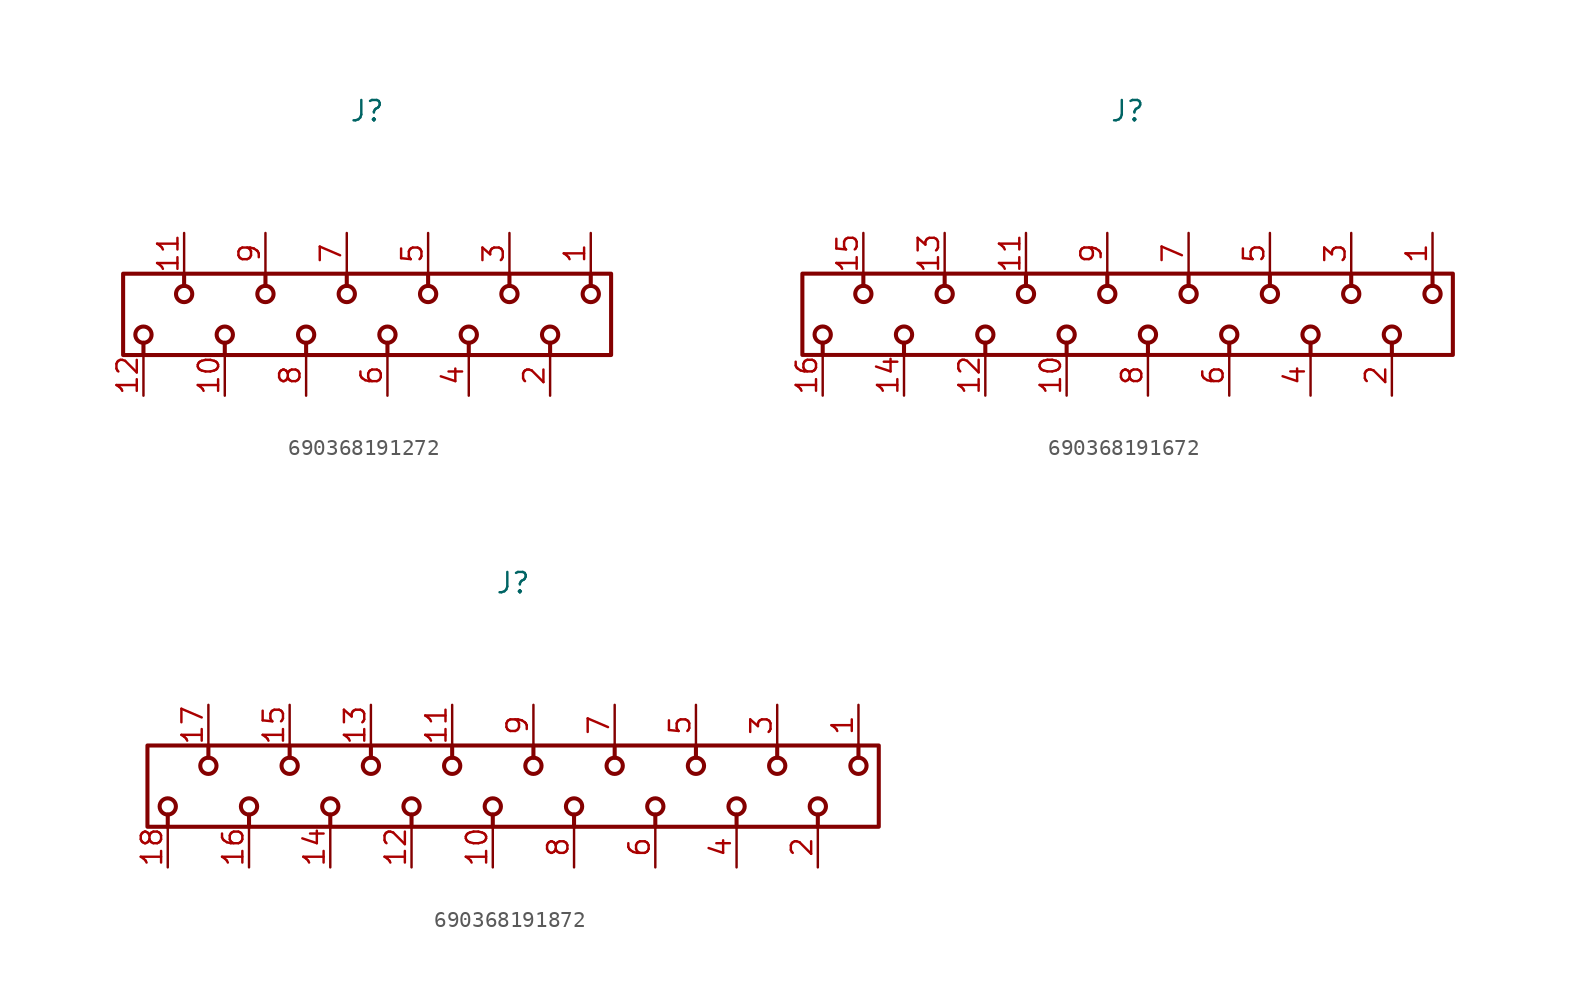
<source format=kicad_sym>
(kicad_symbol_lib
  (version 20241209)
  (generator "kicad_symbol_editor")
  (generator_version "9.0")
  (symbol "690368191272"
    (pin_names
      (hide yes))
    (property "Reference" "J"
      (at 0 12.7 0)
      (effects (font (size 1.27 1.27))))
    (symbol "690368191272_1_1"
      (rectangle (start -15.24 2.54) (end 15.24 -2.54) (stroke (width 0.254) (type solid)) (fill (type none)))
      (circle (center -13.97 -1.27) (radius 0.508) (stroke (width 0.254) (type solid)) (fill (type none)))
      (polyline (pts (xy -13.97 -1.778) (xy -13.97 -2.54)) (stroke (width 0.254) (type solid)) (fill (type none)))
      (polyline (pts (xy -11.43 1.778) (xy -11.43 2.54)) (stroke (width 0.254) (type solid)) (fill (type none)))
      (circle (center -11.43 1.27) (radius 0.508) (stroke (width 0.254) (type solid)) (fill (type none)))
      (circle (center -8.89 -1.27) (radius 0.508) (stroke (width 0.254) (type solid)) (fill (type none)))
      (polyline (pts (xy -8.89 -1.778) (xy -8.89 -2.54)) (stroke (width 0.254) (type solid)) (fill (type none)))
      (polyline (pts (xy -6.35 1.778) (xy -6.35 2.54)) (stroke (width 0.254) (type solid)) (fill (type none)))
      (circle (center -6.35 1.27) (radius 0.508) (stroke (width 0.254) (type solid)) (fill (type none)))
      (circle (center -3.81 -1.27) (radius 0.508) (stroke (width 0.254) (type solid)) (fill (type none)))
      (polyline (pts (xy -3.81 -1.778) (xy -3.81 -2.54)) (stroke (width 0.254) (type solid)) (fill (type none)))
      (polyline (pts (xy -1.27 1.778) (xy -1.27 2.54)) (stroke (width 0.254) (type solid)) (fill (type none)))
      (circle (center -1.27 1.27) (radius 0.508) (stroke (width 0.254) (type solid)) (fill (type none)))
      (circle (center 1.27 -1.27) (radius 0.508) (stroke (width 0.254) (type solid)) (fill (type none)))
      (polyline (pts (xy 1.27 -1.778) (xy 1.27 -2.54)) (stroke (width 0.254) (type solid)) (fill (type none)))
      (polyline (pts (xy 3.81 1.778) (xy 3.81 2.54)) (stroke (width 0.254) (type solid)) (fill (type none)))
      (circle (center 3.81 1.27) (radius 0.508) (stroke (width 0.254) (type solid)) (fill (type none)))
      (circle (center 6.35 -1.27) (radius 0.508) (stroke (width 0.254) (type solid)) (fill (type none)))
      (polyline (pts (xy 6.35 -1.778) (xy 6.35 -2.54)) (stroke (width 0.254) (type solid)) (fill (type none)))
      (polyline (pts (xy 8.89 1.778) (xy 8.89 2.54)) (stroke (width 0.254) (type solid)) (fill (type none)))
      (circle (center 8.89 1.27) (radius 0.508) (stroke (width 0.254) (type solid)) (fill (type none)))
      (circle (center 11.43 -1.27) (radius 0.508) (stroke (width 0.254) (type solid)) (fill (type none)))
      (polyline (pts (xy 11.43 -1.778) (xy 11.43 -2.54)) (stroke (width 0.254) (type solid)) (fill (type none)))
      (polyline (pts (xy 13.97 1.778) (xy 13.97 2.54)) (stroke (width 0.254) (type solid)) (fill (type none)))
      (circle (center 13.97 1.27) (radius 0.508) (stroke (width 0.254) (type solid)) (fill (type none)))
      (pin passive line (at -13.97 -5.08 90) (length 2.54) (name "12" (effects (font (size 1.27 1.27)))) (number "12" (effects (font (size 1.27 1.27)))))
      (pin passive line (at -11.43 5.08 270) (length 2.54) (name "11" (effects (font (size 1.27 1.27)))) (number "11" (effects (font (size 1.27 1.27)))))
      (pin passive line (at -8.89 -5.08 90) (length 2.54) (name "10" (effects (font (size 1.27 1.27)))) (number "10" (effects (font (size 1.27 1.27)))))
      (pin passive line (at -6.35 5.08 270) (length 2.54) (name "9" (effects (font (size 1.27 1.27)))) (number "9" (effects (font (size 1.27 1.27)))))
      (pin passive line (at -3.81 -5.08 90) (length 2.54) (name "8" (effects (font (size 1.27 1.27)))) (number "8" (effects (font (size 1.27 1.27)))))
      (pin passive line (at -1.27 5.08 270) (length 2.54) (name "7" (effects (font (size 1.27 1.27)))) (number "7" (effects (font (size 1.27 1.27)))))
      (pin passive line (at 1.27 -5.08 90) (length 2.54) (name "6" (effects (font (size 1.27 1.27)))) (number "6" (effects (font (size 1.27 1.27)))))
      (pin passive line (at 3.81 5.08 270) (length 2.54) (name "5" (effects (font (size 1.27 1.27)))) (number "5" (effects (font (size 1.27 1.27)))))
      (pin passive line (at 6.35 -5.08 90) (length 2.54) (name "4" (effects (font (size 1.27 1.27)))) (number "4" (effects (font (size 1.27 1.27)))))
      (pin passive line (at 8.89 5.08 270) (length 2.54) (name "3" (effects (font (size 1.27 1.27)))) (number "3" (effects (font (size 1.27 1.27)))))
      (pin passive line (at 11.43 -5.08 90) (length 2.54) (name "2" (effects (font (size 1.27 1.27)))) (number "2" (effects (font (size 1.27 1.27)))))
      (pin passive line (at 13.97 5.08 270) (length 2.54) (name "1" (effects (font (size 1.27 1.27)))) (number "1" (effects (font (size 1.27 1.27)))))))
  (symbol "690368191672"
    (pin_names
      (hide yes))
    (property "Reference" "J"
      (at 0 12.7 0)
      (effects (font (size 1.27 1.27))))
    (symbol "690368191672_1_1"
      (rectangle (start -20.32 2.54) (end 20.32 -2.54) (stroke (width 0.254) (type solid)) (fill (type none)))
      (circle (center -19.05 -1.27) (radius 0.508) (stroke (width 0.254) (type solid)) (fill (type none)))
      (polyline (pts (xy -19.05 -1.778) (xy -19.05 -2.54)) (stroke (width 0.254) (type solid)) (fill (type none)))
      (polyline (pts (xy -16.51 1.778) (xy -16.51 2.54)) (stroke (width 0.254) (type solid)) (fill (type none)))
      (circle (center -16.51 1.27) (radius 0.508) (stroke (width 0.254) (type solid)) (fill (type none)))
      (circle (center -13.97 -1.27) (radius 0.508) (stroke (width 0.254) (type solid)) (fill (type none)))
      (polyline (pts (xy -13.97 -1.778) (xy -13.97 -2.54)) (stroke (width 0.254) (type solid)) (fill (type none)))
      (polyline (pts (xy -11.43 1.778) (xy -11.43 2.54)) (stroke (width 0.254) (type solid)) (fill (type none)))
      (circle (center -11.43 1.27) (radius 0.508) (stroke (width 0.254) (type solid)) (fill (type none)))
      (circle (center -8.89 -1.27) (radius 0.508) (stroke (width 0.254) (type solid)) (fill (type none)))
      (polyline (pts (xy -8.89 -1.778) (xy -8.89 -2.54)) (stroke (width 0.254) (type solid)) (fill (type none)))
      (polyline (pts (xy -6.35 1.778) (xy -6.35 2.54)) (stroke (width 0.254) (type solid)) (fill (type none)))
      (circle (center -6.35 1.27) (radius 0.508) (stroke (width 0.254) (type solid)) (fill (type none)))
      (circle (center -3.81 -1.27) (radius 0.508) (stroke (width 0.254) (type solid)) (fill (type none)))
      (polyline (pts (xy -3.81 -1.778) (xy -3.81 -2.54)) (stroke (width 0.254) (type solid)) (fill (type none)))
      (polyline (pts (xy -1.27 1.778) (xy -1.27 2.54)) (stroke (width 0.254) (type solid)) (fill (type none)))
      (circle (center -1.27 1.27) (radius 0.508) (stroke (width 0.254) (type solid)) (fill (type none)))
      (circle (center 1.27 -1.27) (radius 0.508) (stroke (width 0.254) (type solid)) (fill (type none)))
      (polyline (pts (xy 1.27 -1.778) (xy 1.27 -2.54)) (stroke (width 0.254) (type solid)) (fill (type none)))
      (polyline (pts (xy 3.81 1.778) (xy 3.81 2.54)) (stroke (width 0.254) (type solid)) (fill (type none)))
      (circle (center 3.81 1.27) (radius 0.508) (stroke (width 0.254) (type solid)) (fill (type none)))
      (circle (center 6.35 -1.27) (radius 0.508) (stroke (width 0.254) (type solid)) (fill (type none)))
      (polyline (pts (xy 6.35 -1.778) (xy 6.35 -2.54)) (stroke (width 0.254) (type solid)) (fill (type none)))
      (polyline (pts (xy 8.89 1.778) (xy 8.89 2.54)) (stroke (width 0.254) (type solid)) (fill (type none)))
      (circle (center 8.89 1.27) (radius 0.508) (stroke (width 0.254) (type solid)) (fill (type none)))
      (circle (center 11.43 -1.27) (radius 0.508) (stroke (width 0.254) (type solid)) (fill (type none)))
      (polyline (pts (xy 11.43 -1.778) (xy 11.43 -2.54)) (stroke (width 0.254) (type solid)) (fill (type none)))
      (polyline (pts (xy 13.97 1.778) (xy 13.97 2.54)) (stroke (width 0.254) (type solid)) (fill (type none)))
      (circle (center 13.97 1.27) (radius 0.508) (stroke (width 0.254) (type solid)) (fill (type none)))
      (circle (center 16.51 -1.27) (radius 0.508) (stroke (width 0.254) (type solid)) (fill (type none)))
      (polyline (pts (xy 16.51 -1.778) (xy 16.51 -2.54)) (stroke (width 0.254) (type solid)) (fill (type none)))
      (polyline (pts (xy 19.05 1.778) (xy 19.05 2.54)) (stroke (width 0.254) (type solid)) (fill (type none)))
      (circle (center 19.05 1.27) (radius 0.508) (stroke (width 0.254) (type solid)) (fill (type none)))
      (pin passive line (at -19.05 -5.08 90) (length 2.54) (name "16" (effects (font (size 1.27 1.27)))) (number "16" (effects (font (size 1.27 1.27)))))
      (pin passive line (at -16.51 5.08 270) (length 2.54) (name "15" (effects (font (size 1.27 1.27)))) (number "15" (effects (font (size 1.27 1.27)))))
      (pin passive line (at -13.97 -5.08 90) (length 2.54) (name "14" (effects (font (size 1.27 1.27)))) (number "14" (effects (font (size 1.27 1.27)))))
      (pin passive line (at -11.43 5.08 270) (length 2.54) (name "13" (effects (font (size 1.27 1.27)))) (number "13" (effects (font (size 1.27 1.27)))))
      (pin passive line (at -8.89 -5.08 90) (length 2.54) (name "12" (effects (font (size 1.27 1.27)))) (number "12" (effects (font (size 1.27 1.27)))))
      (pin passive line (at -6.35 5.08 270) (length 2.54) (name "11" (effects (font (size 1.27 1.27)))) (number "11" (effects (font (size 1.27 1.27)))))
      (pin passive line (at -3.81 -5.08 90) (length 2.54) (name "10" (effects (font (size 1.27 1.27)))) (number "10" (effects (font (size 1.27 1.27)))))
      (pin passive line (at -1.27 5.08 270) (length 2.54) (name "9" (effects (font (size 1.27 1.27)))) (number "9" (effects (font (size 1.27 1.27)))))
      (pin passive line (at 1.27 -5.08 90) (length 2.54) (name "8" (effects (font (size 1.27 1.27)))) (number "8" (effects (font (size 1.27 1.27)))))
      (pin passive line (at 3.81 5.08 270) (length 2.54) (name "7" (effects (font (size 1.27 1.27)))) (number "7" (effects (font (size 1.27 1.27)))))
      (pin passive line (at 6.35 -5.08 90) (length 2.54) (name "6" (effects (font (size 1.27 1.27)))) (number "6" (effects (font (size 1.27 1.27)))))
      (pin passive line (at 8.89 5.08 270) (length 2.54) (name "5" (effects (font (size 1.27 1.27)))) (number "5" (effects (font (size 1.27 1.27)))))
      (pin passive line (at 11.43 -5.08 90) (length 2.54) (name "4" (effects (font (size 1.27 1.27)))) (number "4" (effects (font (size 1.27 1.27)))))
      (pin passive line (at 13.97 5.08 270) (length 2.54) (name "3" (effects (font (size 1.27 1.27)))) (number "3" (effects (font (size 1.27 1.27)))))
      (pin passive line (at 16.51 -5.08 90) (length 2.54) (name "2" (effects (font (size 1.27 1.27)))) (number "2" (effects (font (size 1.27 1.27)))))
      (pin passive line (at 19.05 5.08 270) (length 2.54) (name "1" (effects (font (size 1.27 1.27)))) (number "1" (effects (font (size 1.27 1.27)))))))
  (symbol "690368191872"
    (pin_names
      (hide yes))
    (property "Reference" "J"
      (at 0 12.7 0)
      (effects (font (size 1.27 1.27))))
    (symbol "690368191872_1_1"
      (rectangle (start -22.86 2.54) (end 22.86 -2.54) (stroke (width 0.254) (type solid)) (fill (type none)))
      (circle (center -21.59 -1.27) (radius 0.508) (stroke (width 0.254) (type solid)) (fill (type none)))
      (polyline (pts (xy -21.59 -1.778) (xy -21.59 -2.54)) (stroke (width 0.254) (type solid)) (fill (type none)))
      (polyline (pts (xy -19.05 1.778) (xy -19.05 2.54)) (stroke (width 0.254) (type solid)) (fill (type none)))
      (circle (center -19.05 1.27) (radius 0.508) (stroke (width 0.254) (type solid)) (fill (type none)))
      (circle (center -16.51 -1.27) (radius 0.508) (stroke (width 0.254) (type solid)) (fill (type none)))
      (polyline (pts (xy -16.51 -1.778) (xy -16.51 -2.54)) (stroke (width 0.254) (type solid)) (fill (type none)))
      (polyline (pts (xy -13.97 1.778) (xy -13.97 2.54)) (stroke (width 0.254) (type solid)) (fill (type none)))
      (circle (center -13.97 1.27) (radius 0.508) (stroke (width 0.254) (type solid)) (fill (type none)))
      (circle (center -11.43 -1.27) (radius 0.508) (stroke (width 0.254) (type solid)) (fill (type none)))
      (polyline (pts (xy -11.43 -1.778) (xy -11.43 -2.54)) (stroke (width 0.254) (type solid)) (fill (type none)))
      (polyline (pts (xy -8.89 1.778) (xy -8.89 2.54)) (stroke (width 0.254) (type solid)) (fill (type none)))
      (circle (center -8.89 1.27) (radius 0.508) (stroke (width 0.254) (type solid)) (fill (type none)))
      (circle (center -6.35 -1.27) (radius 0.508) (stroke (width 0.254) (type solid)) (fill (type none)))
      (polyline (pts (xy -6.35 -1.778) (xy -6.35 -2.54)) (stroke (width 0.254) (type solid)) (fill (type none)))
      (polyline (pts (xy -3.81 1.778) (xy -3.81 2.54)) (stroke (width 0.254) (type solid)) (fill (type none)))
      (circle (center -3.81 1.27) (radius 0.508) (stroke (width 0.254) (type solid)) (fill (type none)))
      (circle (center -1.27 -1.27) (radius 0.508) (stroke (width 0.254) (type solid)) (fill (type none)))
      (polyline (pts (xy -1.27 -1.778) (xy -1.27 -2.54)) (stroke (width 0.254) (type solid)) (fill (type none)))
      (polyline (pts (xy 1.27 1.778) (xy 1.27 2.54)) (stroke (width 0.254) (type solid)) (fill (type none)))
      (circle (center 1.27 1.27) (radius 0.508) (stroke (width 0.254) (type solid)) (fill (type none)))
      (circle (center 3.81 -1.27) (radius 0.508) (stroke (width 0.254) (type solid)) (fill (type none)))
      (polyline (pts (xy 3.81 -1.778) (xy 3.81 -2.54)) (stroke (width 0.254) (type solid)) (fill (type none)))
      (polyline (pts (xy 6.35 1.778) (xy 6.35 2.54)) (stroke (width 0.254) (type solid)) (fill (type none)))
      (circle (center 6.35 1.27) (radius 0.508) (stroke (width 0.254) (type solid)) (fill (type none)))
      (circle (center 8.89 -1.27) (radius 0.508) (stroke (width 0.254) (type solid)) (fill (type none)))
      (polyline (pts (xy 8.89 -1.778) (xy 8.89 -2.54)) (stroke (width 0.254) (type solid)) (fill (type none)))
      (polyline (pts (xy 11.43 1.778) (xy 11.43 2.54)) (stroke (width 0.254) (type solid)) (fill (type none)))
      (circle (center 11.43 1.27) (radius 0.508) (stroke (width 0.254) (type solid)) (fill (type none)))
      (circle (center 13.97 -1.27) (radius 0.508) (stroke (width 0.254) (type solid)) (fill (type none)))
      (polyline (pts (xy 13.97 -1.778) (xy 13.97 -2.54)) (stroke (width 0.254) (type solid)) (fill (type none)))
      (polyline (pts (xy 16.51 1.778) (xy 16.51 2.54)) (stroke (width 0.254) (type solid)) (fill (type none)))
      (circle (center 16.51 1.27) (radius 0.508) (stroke (width 0.254) (type solid)) (fill (type none)))
      (circle (center 19.05 -1.27) (radius 0.508) (stroke (width 0.254) (type solid)) (fill (type none)))
      (polyline (pts (xy 19.05 -1.778) (xy 19.05 -2.54)) (stroke (width 0.254) (type solid)) (fill (type none)))
      (polyline (pts (xy 21.59 1.778) (xy 21.59 2.54)) (stroke (width 0.254) (type solid)) (fill (type none)))
      (circle (center 21.59 1.27) (radius 0.508) (stroke (width 0.254) (type solid)) (fill (type none)))
      (pin passive line (at -21.59 -5.08 90) (length 2.54) (name "18" (effects (font (size 1.27 1.27)))) (number "18" (effects (font (size 1.27 1.27)))))
      (pin passive line (at -19.05 5.08 270) (length 2.54) (name "17" (effects (font (size 1.27 1.27)))) (number "17" (effects (font (size 1.27 1.27)))))
      (pin passive line (at -16.51 -5.08 90) (length 2.54) (name "16" (effects (font (size 1.27 1.27)))) (number "16" (effects (font (size 1.27 1.27)))))
      (pin passive line (at -13.97 5.08 270) (length 2.54) (name "15" (effects (font (size 1.27 1.27)))) (number "15" (effects (font (size 1.27 1.27)))))
      (pin passive line (at -11.43 -5.08 90) (length 2.54) (name "14" (effects (font (size 1.27 1.27)))) (number "14" (effects (font (size 1.27 1.27)))))
      (pin passive line (at -8.89 5.08 270) (length 2.54) (name "13" (effects (font (size 1.27 1.27)))) (number "13" (effects (font (size 1.27 1.27)))))
      (pin passive line (at -6.35 -5.08 90) (length 2.54) (name "12" (effects (font (size 1.27 1.27)))) (number "12" (effects (font (size 1.27 1.27)))))
      (pin passive line (at -3.81 5.08 270) (length 2.54) (name "11" (effects (font (size 1.27 1.27)))) (number "11" (effects (font (size 1.27 1.27)))))
      (pin passive line (at -1.27 -5.08 90) (length 2.54) (name "10" (effects (font (size 1.27 1.27)))) (number "10" (effects (font (size 1.27 1.27)))))
      (pin passive line (at 1.27 5.08 270) (length 2.54) (name "9" (effects (font (size 1.27 1.27)))) (number "9" (effects (font (size 1.27 1.27)))))
      (pin passive line (at 3.81 -5.08 90) (length 2.54) (name "8" (effects (font (size 1.27 1.27)))) (number "8" (effects (font (size 1.27 1.27)))))
      (pin passive line (at 6.35 5.08 270) (length 2.54) (name "7" (effects (font (size 1.27 1.27)))) (number "7" (effects (font (size 1.27 1.27)))))
      (pin passive line (at 8.89 -5.08 90) (length 2.54) (name "6" (effects (font (size 1.27 1.27)))) (number "6" (effects (font (size 1.27 1.27)))))
      (pin passive line (at 11.43 5.08 270) (length 2.54) (name "5" (effects (font (size 1.27 1.27)))) (number "5" (effects (font (size 1.27 1.27)))))
      (pin passive line (at 13.97 -5.08 90) (length 2.54) (name "4" (effects (font (size 1.27 1.27)))) (number "4" (effects (font (size 1.27 1.27)))))
      (pin passive line (at 16.51 5.08 270) (length 2.54) (name "3" (effects (font (size 1.27 1.27)))) (number "3" (effects (font (size 1.27 1.27)))))
      (pin passive line (at 19.05 -5.08 90) (length 2.54) (name "2" (effects (font (size 1.27 1.27)))) (number "2" (effects (font (size 1.27 1.27)))))
      (pin passive line (at 21.59 5.08 270) (length 2.54) (name "1" (effects (font (size 1.27 1.27)))) (number "1" (effects (font (size 1.27 1.27))))))))
</source>
